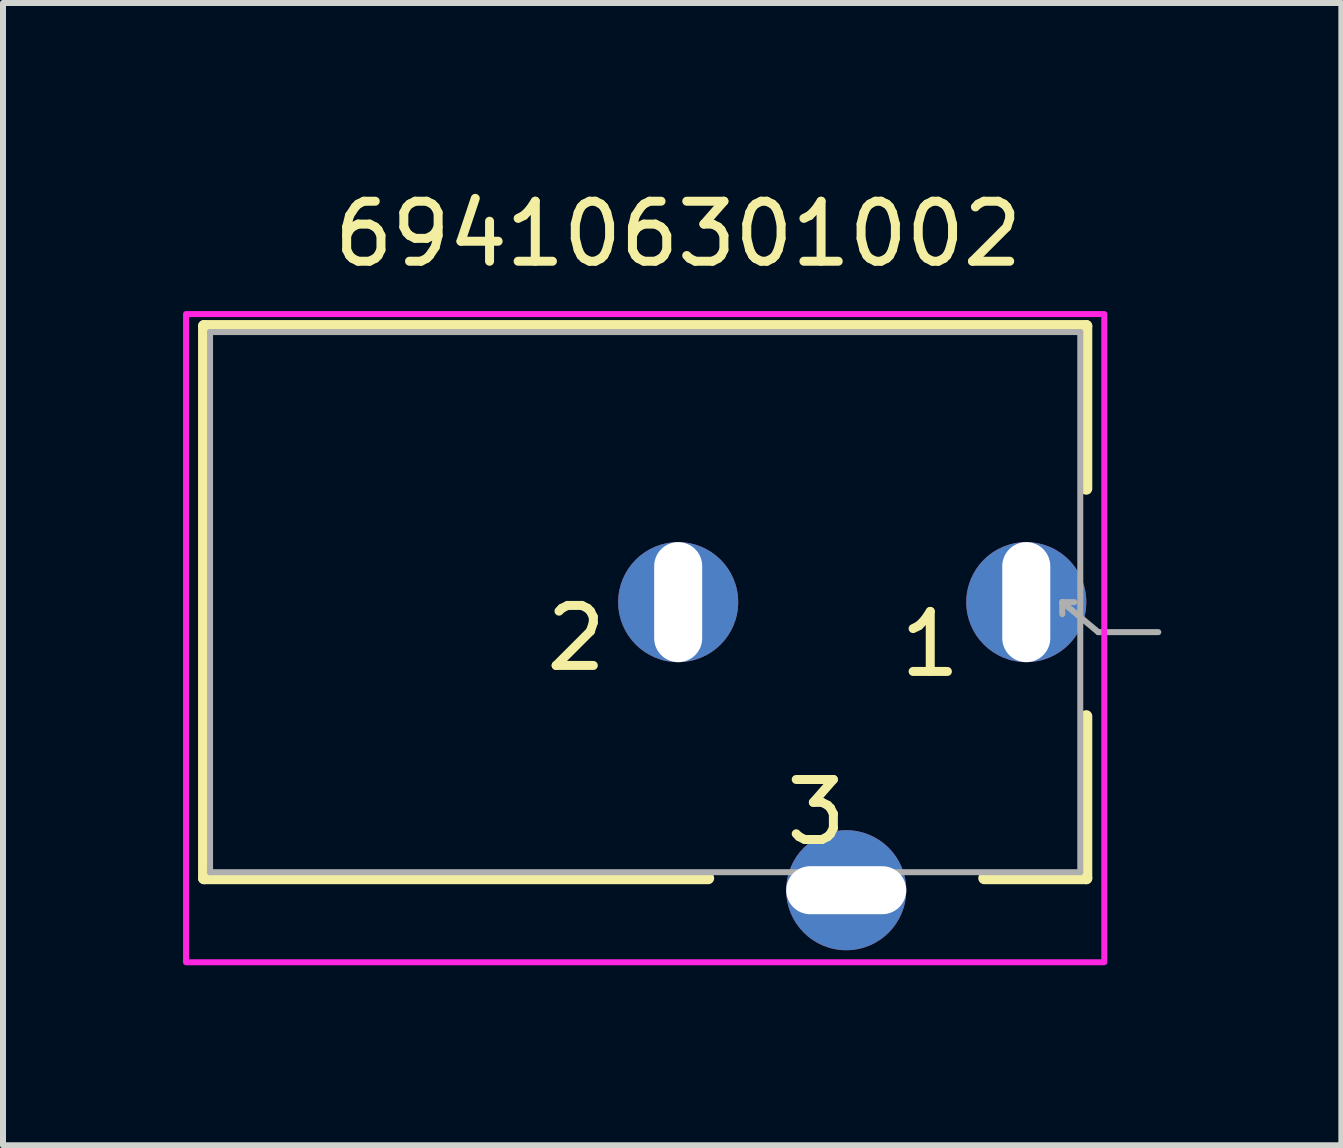
<source format=kicad_pcb>
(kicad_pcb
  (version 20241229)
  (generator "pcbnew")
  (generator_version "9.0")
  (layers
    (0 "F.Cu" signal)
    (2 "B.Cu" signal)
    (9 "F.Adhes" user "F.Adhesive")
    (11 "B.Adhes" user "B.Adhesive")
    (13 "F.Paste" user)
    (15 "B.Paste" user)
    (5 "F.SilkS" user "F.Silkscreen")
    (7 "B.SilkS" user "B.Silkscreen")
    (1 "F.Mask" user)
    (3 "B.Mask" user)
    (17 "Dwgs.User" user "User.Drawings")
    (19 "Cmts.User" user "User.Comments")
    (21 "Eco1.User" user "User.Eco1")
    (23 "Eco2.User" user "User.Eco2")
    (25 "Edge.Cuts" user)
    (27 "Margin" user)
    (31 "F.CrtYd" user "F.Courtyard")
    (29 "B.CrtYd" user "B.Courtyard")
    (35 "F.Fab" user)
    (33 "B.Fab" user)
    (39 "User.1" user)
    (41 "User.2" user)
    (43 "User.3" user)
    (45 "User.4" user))
  (footprint "694106301002"
    (layer "F.Cu")
    (at 8.25 6.983)
    (property "Reference" "694106301002" (at 0 -6.135 0) (layer "F.SilkS") (effects (font (size 1 1) (thickness 0.15))))
    (attr through_hole)
    (fp_line (start -7.9 -4.6) (end -7.9 4.6) (stroke (width 0.2) (type solid)) (layer "F.SilkS"))
    (fp_line (start 0.5 4.6) (end -7.9 4.6) (stroke (width 0.2) (type solid)) (layer "F.SilkS"))
    (fp_line (start 6.8 -4.6) (end -7.9 -4.6) (stroke (width 0.2) (type solid)) (layer "F.SilkS"))
    (fp_line (start 6.8 -4.6) (end 6.8 -1.89) (stroke (width 0.2) (type solid)) (layer "F.SilkS"))
    (fp_line (start 6.8 1.9) (end 6.8 4.6) (stroke (width 0.2) (type solid)) (layer "F.SilkS"))
    (fp_line (start 6.8 4.6) (end 5.1 4.6) (stroke (width 0.2) (type solid)) (layer "F.SilkS"))
    (fp_poly (pts (xy 7.1 6) (xy -8.2 6) (xy -8.2 -4.8) (xy 7.1 -4.8)) (stroke (width 0.1) (type solid)) (fill no) (layer "F.CrtYd"))
    (fp_line (start -7.8 -4.5) (end 6.7 -4.5) (stroke (width 0.1) (type solid)) (layer "F.Fab"))
    (fp_line (start -7.8 4.5) (end -7.8 -4.5) (stroke (width 0.1) (type solid)) (layer "F.Fab"))
    (fp_line (start 6.4 0) (end 6.4 0.2) (stroke (width 0.1) (type solid)) (layer "F.Fab"))
    (fp_line (start 6.4 0) (end 6.6 0) (stroke (width 0.1) (type solid)) (layer "F.Fab"))
    (fp_line (start 6.7 -4.5) (end 6.7 4.5) (stroke (width 0.1) (type solid)) (layer "F.Fab"))
    (fp_line (start 6.7 4.5) (end -7.8 4.5) (stroke (width 0.1) (type solid)) (layer "F.Fab"))
    (fp_line (start 7 0.5) (end 6.4 0) (stroke (width 0.1) (type solid)) (layer "F.Fab"))
    (fp_line (start 8 0.5) (end 7 0.5) (stroke (width 0.1) (type solid)) (layer "F.Fab"))
    (fp_text user "3" (at 2.3 3.5 0) (layer "F.SilkS") (effects (font (size 1 1) (thickness 0.15))))
    (fp_text user "2" (at -1.7 0.6 0) (layer "F.SilkS") (effects (font (size 1 1) (thickness 0.15))))
    (fp_text user "1" (at 4.2 0.7 0) (layer "F.SilkS") (effects (font (size 1 1) (thickness 0.15))))
    (fp_text user "PCB Cutout Area" (at 0.1 0 0) (layer "Edge.Cuts") (effects (font (size 0.2 0.2) (thickness 0.15))))
    (fp_text user "PCB Cutout Area" (at 2.9 5 0) (layer "Edge.Cuts") (effects (font (size 0.2 0.2) (thickness 0.15))))
    (fp_text user "PCB Cutout Area" (at 5.9 0 0) (layer "Edge.Cuts") (effects (font (size 0.2 0.2) (thickness 0.15))))
    (pad "1" thru_hole circle (at 5.8 0) (size 2 2) (drill oval 0.8 3) (layers "*.Cu" "*.Mask"))
    (pad "2" thru_hole circle (at 0 0) (size 2 2) (drill oval 0.8 3) (layers "*.Cu" "*.Mask"))
    (pad "3" thru_hole circle (at 2.8 4.8) (size 2 2) (drill oval 3 0.8) (layers "*.Cu" "*.Mask")))
  (gr_rect
    (start -3 -3)
    (end 19.3 16.033)
    (stroke (width 0.1) (type default))
    (fill no)
    (layer "Edge.Cuts")))
</source>
